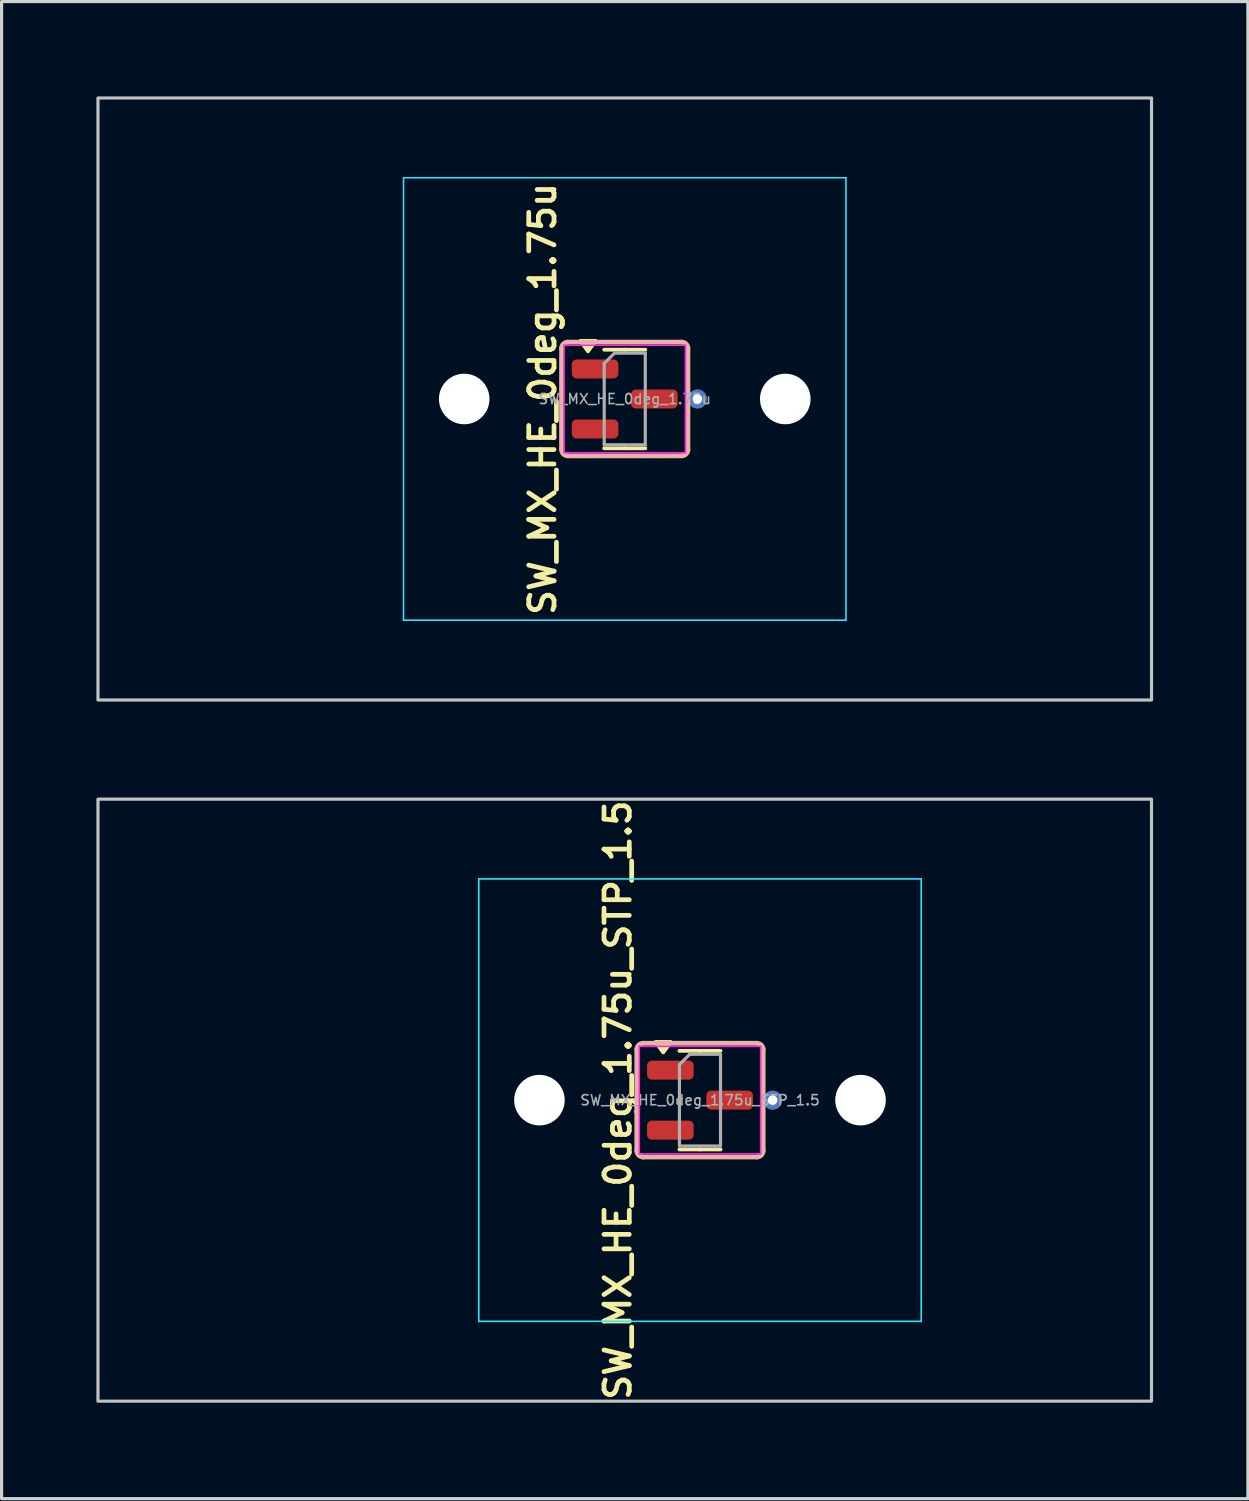
<source format=kicad_pcb>
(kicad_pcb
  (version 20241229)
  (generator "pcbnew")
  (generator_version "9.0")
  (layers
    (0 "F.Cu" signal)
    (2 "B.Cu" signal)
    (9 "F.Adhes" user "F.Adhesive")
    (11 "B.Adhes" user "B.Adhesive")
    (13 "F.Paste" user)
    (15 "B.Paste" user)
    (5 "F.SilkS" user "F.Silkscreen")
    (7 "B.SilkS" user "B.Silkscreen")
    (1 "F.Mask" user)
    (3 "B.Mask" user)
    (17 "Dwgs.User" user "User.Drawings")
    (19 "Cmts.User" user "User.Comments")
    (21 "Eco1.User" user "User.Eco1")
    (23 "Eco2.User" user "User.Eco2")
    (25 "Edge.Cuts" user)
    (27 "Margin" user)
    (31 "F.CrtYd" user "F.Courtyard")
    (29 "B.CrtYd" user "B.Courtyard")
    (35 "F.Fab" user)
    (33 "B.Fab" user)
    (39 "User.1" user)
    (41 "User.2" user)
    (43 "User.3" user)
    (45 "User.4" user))
  (footprint "SW_MX_HE_0deg_1.75u_STP_1.5"
    (layer "F.Cu")
    (at 19.1 31.762)
    (property "Reference" "SW_MX_HE_0deg_1.75u_STP_1.5" (at -2.6 0 90) (layer "F.SilkS") (effects (font (size 0.8 0.8) (thickness 0.15))))
    (attr smd)
    (fp_line (start 0 -1.56) (end -0.65 -1.56) (stroke (width 0.12) (type solid)) (layer "F.SilkS"))
    (fp_line (start 0 -1.56) (end 0.65 -1.56) (stroke (width 0.12) (type solid)) (layer "F.SilkS"))
    (fp_line (start 0 1.56) (end -0.65 1.56) (stroke (width 0.12) (type solid)) (layer "F.SilkS"))
    (fp_line (start 0 1.56) (end 0.65 1.56) (stroke (width 0.12) (type solid)) (layer "F.SilkS"))
    (fp_poly (pts (xy -1.163 -1.51) (xy -1.403 -1.84) (xy -0.922 -1.84) (xy -1.163 -1.51)) (stroke (width 0.12) (type solid)) (fill yes) (layer "F.SilkS"))
    (fp_line (start -2 -1.6) (end -2 1.6) (stroke (width 0.15) (type default)) (layer "B.SilkS"))
    (fp_line (start -1.8 1.8) (end 1.8 1.8) (stroke (width 0.15) (type default)) (layer "B.SilkS"))
    (fp_line (start 1.8 -1.8) (end -1.8 -1.8) (stroke (width 0.15) (type default)) (layer "B.SilkS"))
    (fp_line (start 2 1.6) (end 2 -1.6) (stroke (width 0.15) (type default)) (layer "B.SilkS"))
    (fp_arc (start -2 -1.6) (mid -1.941421 -1.741421) (end -1.8 -1.8) (stroke (width 0.15) (type default)) (layer "B.SilkS"))
    (fp_arc (start -1.8 1.8) (mid -1.941421 1.741421) (end -2 1.6) (stroke (width 0.15) (type default)) (layer "B.SilkS"))
    (fp_arc (start 1.8 -1.8) (mid 1.941421 -1.741421) (end 2 -1.6) (stroke (width 0.15) (type default)) (layer "B.SilkS"))
    (fp_arc (start 2 1.6) (mid 1.941421 1.741421) (end 1.8 1.8) (stroke (width 0.15) (type default)) (layer "B.SilkS"))
    (fp_rect (start -19.05 -9.525) (end 14.287 9.525) (stroke (width 0.1) (type default)) (fill no) (layer "Dwgs.User"))
    (fp_line (start -7 6.5) (end -7 -6.5) (stroke (width 0.05) (type solid)) (layer "Eco2.User"))
    (fp_line (start -6.5 -7) (end 6.5 -7) (stroke (width 0.05) (type solid)) (layer "Eco2.User"))
    (fp_line (start 6.5 7) (end -6.5 7) (stroke (width 0.05) (type solid)) (layer "Eco2.User"))
    (fp_line (start 7 -6.5) (end 7 6.5) (stroke (width 0.05) (type solid)) (layer "Eco2.User"))
    (fp_arc (start -7 -6.5) (mid -6.853553 -6.853553) (end -6.5 -7) (stroke (width 0.05) (type solid)) (layer "Eco2.User"))
    (fp_arc (start -6.5 7) (mid -6.853553 6.853553) (end -7 6.5) (stroke (width 0.05) (type solid)) (layer "Eco2.User"))
    (fp_arc (start 6.5 -7) (mid 6.853553 -6.853553) (end 7 -6.5) (stroke (width 0.05) (type solid)) (layer "Eco2.User"))
    (fp_arc (start 6.997236 6.498884) (mid 6.850789 6.852437) (end 6.497236 6.998884) (stroke (width 0.05) (type solid)) (layer "Eco2.User"))
    (fp_line (start -7 -7) (end -7 7) (stroke (width 0.05) (type solid)) (layer "B.CrtYd"))
    (fp_line (start -7 7) (end 7 7) (stroke (width 0.05) (type solid)) (layer "B.CrtYd"))
    (fp_line (start 7 -7) (end -7 -7) (stroke (width 0.05) (type solid)) (layer "B.CrtYd"))
    (fp_line (start 7 7) (end 7 -7) (stroke (width 0.05) (type solid)) (layer "B.CrtYd"))
    (fp_line (start -1.92 -1.7) (end -1.92 1.7) (stroke (width 0.05) (type solid)) (layer "F.CrtYd"))
    (fp_line (start -1.92 1.7) (end 1.92 1.7) (stroke (width 0.05) (type solid)) (layer "F.CrtYd"))
    (fp_line (start 1.92 -1.7) (end -1.92 -1.7) (stroke (width 0.05) (type solid)) (layer "F.CrtYd"))
    (fp_line (start 1.92 1.7) (end 1.92 -1.7) (stroke (width 0.05) (type solid)) (layer "F.CrtYd"))
    (fp_line (start -0.65 -1.125) (end -0.325 -1.45) (stroke (width 0.1) (type solid)) (layer "F.Fab"))
    (fp_line (start -0.65 1.45) (end -0.65 -1.125) (stroke (width 0.1) (type solid)) (layer "F.Fab"))
    (fp_line (start -0.325 -1.45) (end 0.65 -1.45) (stroke (width 0.1) (type solid)) (layer "F.Fab"))
    (fp_line (start 0.65 -1.45) (end 0.65 1.45) (stroke (width 0.1) (type solid)) (layer "F.Fab"))
    (fp_line (start 0.65 1.45) (end -0.65 1.45) (stroke (width 0.1) (type solid)) (layer "F.Fab"))
    (fp_text user "${REFERENCE}" (at 0 0 0) (layer "F.Fab") (effects (font (size 0.32 0.32) (thickness 0.05))))
    (pad "" np_thru_hole circle (at -5.08 0) (size 1.6 1.6) (drill 1.7) (layers "*.Cu" "*.Mask"))
    (pad "" np_thru_hole circle (at 5.08 0) (size 1.6 1.6) (drill 1.7) (layers "*.Cu" "*.Mask"))
    (pad "1" smd roundrect (at -0.938 -0.95) (size 1.475 0.6) (layers "F.Cu" "F.Mask" "F.Paste") (roundrect_rratio 0.25))
    (pad "2" smd roundrect (at -0.938 0.95) (size 1.475 0.6) (layers "F.Cu" "F.Mask" "F.Paste") (roundrect_rratio 0.25))
    (pad "3" smd roundrect (at 0.938 0) (size 1.475 0.6) (layers "F.Cu" "F.Mask" "F.Paste") (roundrect_rratio 0.25))
    (pad "3" thru_hole circle (at 2.3 0) (size 0.6 0.6) (drill 0.3) (layers "*.Cu"))
    (zone (net_name "") (layer "F.Cu") (name "HE keepout_bot") (hatch edge 0.5) (connect_pads) (min_thickness 0.25) (filled_areas_thickness no) (keepout (tracks allowed) (vias allowed) (pads allowed) (copperpour not_allowed) (footprints allowed)) (placement (enabled no)) (fill) (polygon (pts (arc (start 21.1 30.161669) (mid 21.041421 30.020248) (end 20.9 29.961669)) (arc (start 17.3 29.961669) (mid 17.158579 30.020248) (end 17.1 30.161669)) (arc (start 17.1 33.361669) (mid 17.158579 33.50309) (end 17.3 33.561669)) (arc (start 20.9 33.561669) (mid 21.041421 33.50309) (end 21.1 33.361669)) (arc (start 21.1 32.261669) (mid 21.041421 32.120248) (end 20.9 32.061669)) (arc (start 19.5 32.061669) (mid 19.358579 32.00309) (end 19.3 31.861669)) (arc (start 19.3 31.661669) (mid 19.358579 31.520248) (end 19.5 31.461669)) (arc (start 20.9 31.461669) (mid 21.041421 31.40309) (end 21.1 31.261669)))))
    (zone (net_name "") (layer "In1.Cu") (name "HE keepout_top") (hatch edge 0.5) (connect_pads) (min_thickness 0.25) (filled_areas_thickness no) (keepout (tracks allowed) (vias allowed) (pads allowed) (copperpour not_allowed) (footprints allowed)) (placement (enabled no)) (fill) (polygon (pts (arc (start 21.1 30.161669) (mid 21.041421 30.020248) (end 20.9 29.961669)) (arc (start 17.3 29.961669) (mid 17.158579 30.020248) (end 17.1 30.161669)) (arc (start 17.1 33.361669) (mid 17.158579 33.50309) (end 17.3 33.561669)) (arc (start 20.9 33.561669) (mid 21.041421 33.50309) (end 21.1 33.361669))))))
  (footprint "SW_MX_HE_0deg_1.75u"
    (layer "F.Cu")
    (at 16.719 9.575)
    (property "Reference" "SW_MX_HE_0deg_1.75u" (at -2.6 0 90) (layer "F.SilkS") (effects (font (size 0.8 0.8) (thickness 0.15))))
    (attr smd)
    (fp_line (start 0 -1.56) (end -0.65 -1.56) (stroke (width 0.12) (type solid)) (layer "F.SilkS"))
    (fp_line (start 0 -1.56) (end 0.65 -1.56) (stroke (width 0.12) (type solid)) (layer "F.SilkS"))
    (fp_line (start 0 1.56) (end -0.65 1.56) (stroke (width 0.12) (type solid)) (layer "F.SilkS"))
    (fp_line (start 0 1.56) (end 0.65 1.56) (stroke (width 0.12) (type solid)) (layer "F.SilkS"))
    (fp_poly (pts (xy -1.163 -1.51) (xy -1.403 -1.84) (xy -0.922 -1.84) (xy -1.163 -1.51)) (stroke (width 0.12) (type solid)) (fill yes) (layer "F.SilkS"))
    (fp_line (start -2 -1.6) (end -2 1.6) (stroke (width 0.15) (type default)) (layer "B.SilkS"))
    (fp_line (start -1.8 1.8) (end 1.8 1.8) (stroke (width 0.15) (type default)) (layer "B.SilkS"))
    (fp_line (start 1.8 -1.8) (end -1.8 -1.8) (stroke (width 0.15) (type default)) (layer "B.SilkS"))
    (fp_line (start 2 1.6) (end 2 -1.6) (stroke (width 0.15) (type default)) (layer "B.SilkS"))
    (fp_arc (start -2 -1.6) (mid -1.941421 -1.741421) (end -1.8 -1.8) (stroke (width 0.15) (type default)) (layer "B.SilkS"))
    (fp_arc (start -1.8 1.8) (mid -1.941421 1.741421) (end -2 1.6) (stroke (width 0.15) (type default)) (layer "B.SilkS"))
    (fp_arc (start 1.8 -1.8) (mid 1.941421 -1.741421) (end 2 -1.6) (stroke (width 0.15) (type default)) (layer "B.SilkS"))
    (fp_arc (start 2 1.6) (mid 1.941421 1.741421) (end 1.8 1.8) (stroke (width 0.15) (type default)) (layer "B.SilkS"))
    (fp_rect (start -16.669 -9.525) (end 16.669 9.525) (stroke (width 0.1) (type default)) (fill no) (layer "Dwgs.User"))
    (fp_line (start -7 6.5) (end -7 -6.5) (stroke (width 0.05) (type solid)) (layer "Eco2.User"))
    (fp_line (start -6.5 -7) (end 6.5 -7) (stroke (width 0.05) (type solid)) (layer "Eco2.User"))
    (fp_line (start 6.5 7) (end -6.5 7) (stroke (width 0.05) (type solid)) (layer "Eco2.User"))
    (fp_line (start 7 -6.5) (end 7 6.5) (stroke (width 0.05) (type solid)) (layer "Eco2.User"))
    (fp_arc (start -7 -6.5) (mid -6.853553 -6.853553) (end -6.5 -7) (stroke (width 0.05) (type solid)) (layer "Eco2.User"))
    (fp_arc (start -6.5 7) (mid -6.853553 6.853553) (end -7 6.5) (stroke (width 0.05) (type solid)) (layer "Eco2.User"))
    (fp_arc (start 6.5 -7) (mid 6.853553 -6.853553) (end 7 -6.5) (stroke (width 0.05) (type solid)) (layer "Eco2.User"))
    (fp_arc (start 6.997236 6.498884) (mid 6.850789 6.852437) (end 6.497236 6.998884) (stroke (width 0.05) (type solid)) (layer "Eco2.User"))
    (fp_line (start -7 -7) (end -7 7) (stroke (width 0.05) (type solid)) (layer "B.CrtYd"))
    (fp_line (start -7 7) (end 7 7) (stroke (width 0.05) (type solid)) (layer "B.CrtYd"))
    (fp_line (start 7 -7) (end -7 -7) (stroke (width 0.05) (type solid)) (layer "B.CrtYd"))
    (fp_line (start 7 7) (end 7 -7) (stroke (width 0.05) (type solid)) (layer "B.CrtYd"))
    (fp_line (start -1.92 -1.7) (end -1.92 1.7) (stroke (width 0.05) (type solid)) (layer "F.CrtYd"))
    (fp_line (start -1.92 1.7) (end 1.92 1.7) (stroke (width 0.05) (type solid)) (layer "F.CrtYd"))
    (fp_line (start 1.92 -1.7) (end -1.92 -1.7) (stroke (width 0.05) (type solid)) (layer "F.CrtYd"))
    (fp_line (start 1.92 1.7) (end 1.92 -1.7) (stroke (width 0.05) (type solid)) (layer "F.CrtYd"))
    (fp_line (start -0.65 -1.125) (end -0.325 -1.45) (stroke (width 0.1) (type solid)) (layer "F.Fab"))
    (fp_line (start -0.65 1.45) (end -0.65 -1.125) (stroke (width 0.1) (type solid)) (layer "F.Fab"))
    (fp_line (start -0.325 -1.45) (end 0.65 -1.45) (stroke (width 0.1) (type solid)) (layer "F.Fab"))
    (fp_line (start 0.65 -1.45) (end 0.65 1.45) (stroke (width 0.1) (type solid)) (layer "F.Fab"))
    (fp_line (start 0.65 1.45) (end -0.65 1.45) (stroke (width 0.1) (type solid)) (layer "F.Fab"))
    (fp_text user "${REFERENCE}" (at 0 0 0) (layer "F.Fab") (effects (font (size 0.32 0.32) (thickness 0.05))))
    (pad "" np_thru_hole circle (at -5.08 0) (size 1.6 1.6) (drill 1.7) (layers "*.Cu" "*.Mask"))
    (pad "" np_thru_hole circle (at 5.08 0) (size 1.6 1.6) (drill 1.7) (layers "*.Cu" "*.Mask"))
    (pad "1" smd roundrect (at -0.938 -0.95) (size 1.475 0.6) (layers "F.Cu" "F.Mask" "F.Paste") (roundrect_rratio 0.25))
    (pad "2" smd roundrect (at -0.938 0.95) (size 1.475 0.6) (layers "F.Cu" "F.Mask" "F.Paste") (roundrect_rratio 0.25))
    (pad "3" smd roundrect (at 0.938 0) (size 1.475 0.6) (layers "F.Cu" "F.Mask" "F.Paste") (roundrect_rratio 0.25))
    (pad "3" thru_hole circle (at 2.3 0) (size 0.6 0.6) (drill 0.3) (layers "*.Cu"))
    (zone (net_name "") (layer "F.Cu") (name "HE keepout_bot") (hatch edge 0.5) (connect_pads) (min_thickness 0.25) (filled_areas_thickness no) (keepout (tracks allowed) (vias allowed) (pads allowed) (copperpour not_allowed) (footprints allowed)) (placement (enabled no)) (fill) (polygon (pts (arc (start 18.71875 7.975) (mid 18.660171 7.833579) (end 18.51875 7.775)) (arc (start 14.91875 7.775) (mid 14.777329 7.833579) (end 14.71875 7.975)) (arc (start 14.71875 11.175) (mid 14.777329 11.316421) (end 14.91875 11.375)) (arc (start 18.51875 11.375) (mid 18.660171 11.316421) (end 18.71875 11.175)) (arc (start 18.71875 10.075) (mid 18.660171 9.933579) (end 18.51875 9.875)) (arc (start 17.11875 9.875) (mid 16.977329 9.816421) (end 16.91875 9.675)) (arc (start 16.91875 9.475) (mid 16.977329 9.333579) (end 17.11875 9.275)) (arc (start 18.51875 9.275) (mid 18.660171 9.216421) (end 18.71875 9.075)))))
    (zone (net_name "") (layer "In1.Cu") (name "HE keepout_top") (hatch edge 0.5) (connect_pads) (min_thickness 0.25) (filled_areas_thickness no) (keepout (tracks allowed) (vias allowed) (pads allowed) (copperpour not_allowed) (footprints allowed)) (placement (enabled no)) (fill) (polygon (pts (arc (start 18.71875 7.975) (mid 18.660171 7.833579) (end 18.51875 7.775)) (arc (start 14.91875 7.775) (mid 14.777329 7.833579) (end 14.71875 7.975)) (arc (start 14.71875 11.175) (mid 14.777329 11.316421) (end 14.91875 11.375)) (arc (start 18.51875 11.375) (mid 18.660171 11.316421) (end 18.71875 11.175))))))
  (gr_rect
    (start -3 -3)
    (end 36.438 44.373)
    (stroke (width 0.1) (type default))
    (fill no)
    (layer "Edge.Cuts")))
</source>
